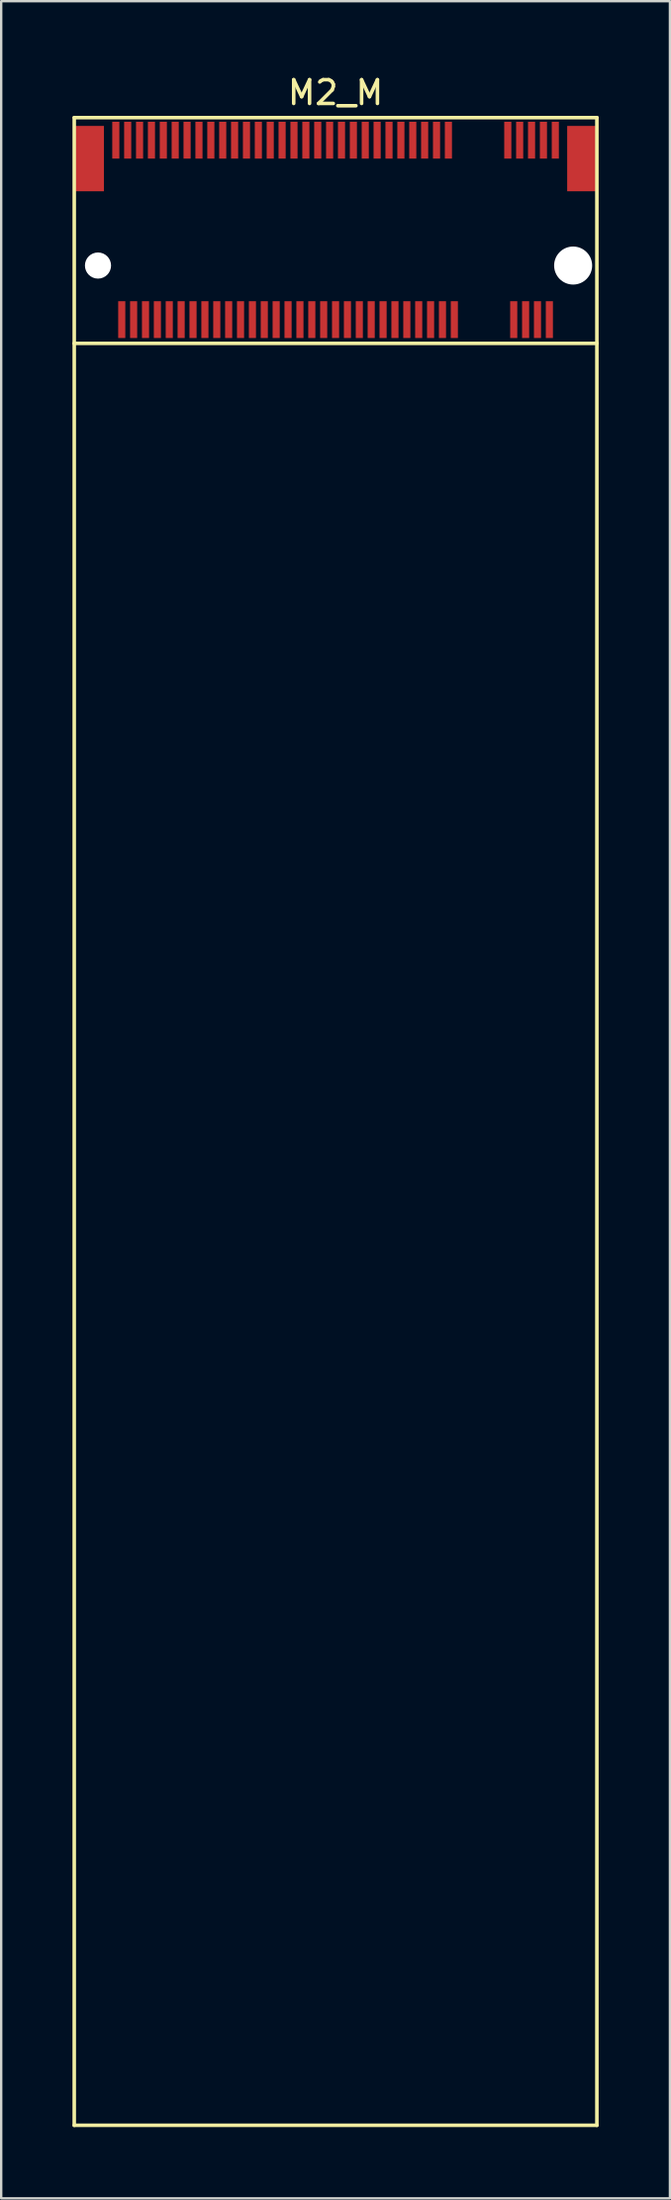
<source format=kicad_pcb>
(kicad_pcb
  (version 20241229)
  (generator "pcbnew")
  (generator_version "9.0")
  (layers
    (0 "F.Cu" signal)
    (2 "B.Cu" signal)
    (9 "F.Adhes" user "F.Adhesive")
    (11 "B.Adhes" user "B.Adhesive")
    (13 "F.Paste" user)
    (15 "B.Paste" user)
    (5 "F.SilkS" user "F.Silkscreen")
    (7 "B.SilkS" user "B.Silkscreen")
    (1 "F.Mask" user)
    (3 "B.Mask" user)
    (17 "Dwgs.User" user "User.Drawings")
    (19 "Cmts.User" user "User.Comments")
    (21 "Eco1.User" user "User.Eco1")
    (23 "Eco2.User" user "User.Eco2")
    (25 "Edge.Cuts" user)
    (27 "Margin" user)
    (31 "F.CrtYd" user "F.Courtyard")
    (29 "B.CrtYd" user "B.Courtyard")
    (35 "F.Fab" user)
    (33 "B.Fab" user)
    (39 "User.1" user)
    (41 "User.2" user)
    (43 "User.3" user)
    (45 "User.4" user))
  (footprint "M2_M"
    (layer "F.Cu")
    (at 11.075 2.848)
    (property "Reference" "M2_M" (at 0 -2 0) (layer "F.SilkS") (effects (font (size 1 1) (thickness 0.15))))
    (attr through_hole)
    (fp_line (start -11 -0.95) (end 11 -0.95) (stroke (width 0.15) (type solid)) (layer "F.SilkS"))
    (fp_line (start -11 8.55) (end -11 -0.95) (stroke (width 0.15) (type solid)) (layer "F.SilkS"))
    (fp_line (start -11 83.525) (end -11 8.55) (stroke (width 0.15) (type solid)) (layer "F.SilkS"))
    (fp_line (start 11 -0.95) (end 11 8.55) (stroke (width 0.15) (type solid)) (layer "F.SilkS"))
    (fp_line (start 11 8.55) (end -11 8.55) (stroke (width 0.15) (type solid)) (layer "F.SilkS"))
    (fp_line (start 11 83.525) (end -11 83.525) (stroke (width 0.15) (type solid)) (layer "F.SilkS"))
    (fp_line (start 11 83.525) (end 11 8.55) (stroke (width 0.15) (type solid)) (layer "F.SilkS"))
    (pad "" smd rect (at -10.35 0.775) (size 1.2 2.75) (layers "F.Cu" "F.Mask" "F.Paste"))
    (pad "" np_thru_hole circle (at -10 5.275) (size 1.1 1.1) (drill 1.1) (layers "*.Cu" "*.Mask"))
    (pad "" np_thru_hole circle (at 10 5.275) (size 1.6 1.6) (drill 1.6) (layers "*.Cu" "*.Mask"))
    (pad "" smd rect (at 10.35 0.775) (size 1.2 2.75) (layers "F.Cu" "F.Mask" "F.Paste"))
    (pad "1" smd rect (at -9.25 0) (size 0.3 1.55) (layers "F.Cu" "F.Mask" "F.Paste"))
    (pad "2" smd rect (at -9 7.55) (size 0.3 1.55) (layers "F.Cu" "F.Mask" "F.Paste"))
    (pad "3" smd rect (at -8.75 0) (size 0.3 1.55) (layers "F.Cu" "F.Mask" "F.Paste"))
    (pad "4" smd rect (at -8.5 7.55) (size 0.3 1.55) (layers "F.Cu" "F.Mask" "F.Paste"))
    (pad "5" smd rect (at -8.25 0) (size 0.3 1.55) (layers "F.Cu" "F.Mask" "F.Paste"))
    (pad "6" smd rect (at -8 7.55) (size 0.3 1.55) (layers "F.Cu" "F.Mask" "F.Paste"))
    (pad "7" smd rect (at -7.75 0) (size 0.3 1.55) (layers "F.Cu" "F.Mask" "F.Paste"))
    (pad "8" smd rect (at -7.5 7.55) (size 0.3 1.55) (layers "F.Cu" "F.Mask" "F.Paste"))
    (pad "9" smd rect (at -7.25 0) (size 0.3 1.55) (layers "F.Cu" "F.Mask" "F.Paste"))
    (pad "10" smd rect (at -7 7.55) (size 0.3 1.55) (layers "F.Cu" "F.Mask" "F.Paste"))
    (pad "11" smd rect (at -6.75 0) (size 0.3 1.55) (layers "F.Cu" "F.Mask" "F.Paste"))
    (pad "12" smd rect (at -6.5 7.55) (size 0.3 1.55) (layers "F.Cu" "F.Mask" "F.Paste"))
    (pad "13" smd rect (at -6.25 0) (size 0.3 1.55) (layers "F.Cu" "F.Mask" "F.Paste"))
    (pad "14" smd rect (at -6 7.55) (size 0.3 1.55) (layers "F.Cu" "F.Mask" "F.Paste"))
    (pad "15" smd rect (at -5.75 0) (size 0.3 1.55) (layers "F.Cu" "F.Mask" "F.Paste"))
    (pad "16" smd rect (at -5.5 7.55) (size 0.3 1.55) (layers "F.Cu" "F.Mask" "F.Paste"))
    (pad "17" smd rect (at -5.25 0) (size 0.3 1.55) (layers "F.Cu" "F.Mask" "F.Paste"))
    (pad "18" smd rect (at -5 7.55) (size 0.3 1.55) (layers "F.Cu" "F.Mask" "F.Paste"))
    (pad "19" smd rect (at -4.75 0) (size 0.3 1.55) (layers "F.Cu" "F.Mask" "F.Paste"))
    (pad "20" smd rect (at -4.5 7.55) (size 0.3 1.55) (layers "F.Cu" "F.Mask" "F.Paste"))
    (pad "21" smd rect (at -4.25 0) (size 0.3 1.55) (layers "F.Cu" "F.Mask" "F.Paste"))
    (pad "22" smd rect (at -4 7.55) (size 0.3 1.55) (layers "F.Cu" "F.Mask" "F.Paste"))
    (pad "23" smd rect (at -3.75 0) (size 0.3 1.55) (layers "F.Cu" "F.Mask" "F.Paste"))
    (pad "24" smd rect (at -3.5 7.55) (size 0.3 1.55) (layers "F.Cu" "F.Mask" "F.Paste"))
    (pad "25" smd rect (at -3.25 0) (size 0.3 1.55) (layers "F.Cu" "F.Mask" "F.Paste"))
    (pad "26" smd rect (at -3 7.55) (size 0.3 1.55) (layers "F.Cu" "F.Mask" "F.Paste"))
    (pad "27" smd rect (at -2.75 0) (size 0.3 1.55) (layers "F.Cu" "F.Mask" "F.Paste"))
    (pad "28" smd rect (at -2.5 7.55) (size 0.3 1.55) (layers "F.Cu" "F.Mask" "F.Paste"))
    (pad "29" smd rect (at -2.25 0) (size 0.3 1.55) (layers "F.Cu" "F.Mask" "F.Paste"))
    (pad "30" smd rect (at -2 7.55) (size 0.3 1.55) (layers "F.Cu" "F.Mask" "F.Paste"))
    (pad "31" smd rect (at -1.75 0) (size 0.3 1.55) (layers "F.Cu" "F.Mask" "F.Paste"))
    (pad "32" smd rect (at -1.5 7.55) (size 0.3 1.55) (layers "F.Cu" "F.Mask" "F.Paste"))
    (pad "33" smd rect (at -1.25 0) (size 0.3 1.55) (layers "F.Cu" "F.Mask" "F.Paste"))
    (pad "34" smd rect (at -1 7.55) (size 0.3 1.55) (layers "F.Cu" "F.Mask" "F.Paste"))
    (pad "35" smd rect (at -0.75 0) (size 0.3 1.55) (layers "F.Cu" "F.Mask" "F.Paste"))
    (pad "36" smd rect (at -0.5 7.55) (size 0.3 1.55) (layers "F.Cu" "F.Mask" "F.Paste"))
    (pad "37" smd rect (at -0.25 0) (size 0.3 1.55) (layers "F.Cu" "F.Mask" "F.Paste"))
    (pad "38" smd rect (at 0 7.55) (size 0.3 1.55) (layers "F.Cu" "F.Mask" "F.Paste"))
    (pad "39" smd rect (at 0.25 0) (size 0.3 1.55) (layers "F.Cu" "F.Mask" "F.Paste"))
    (pad "40" smd rect (at 0.5 7.55) (size 0.3 1.55) (layers "F.Cu" "F.Mask" "F.Paste"))
    (pad "41" smd rect (at 0.75 0) (size 0.3 1.55) (layers "F.Cu" "F.Mask" "F.Paste"))
    (pad "42" smd rect (at 1 7.55) (size 0.3 1.55) (layers "F.Cu" "F.Mask" "F.Paste"))
    (pad "43" smd rect (at 1.25 0) (size 0.3 1.55) (layers "F.Cu" "F.Mask" "F.Paste"))
    (pad "44" smd rect (at 1.5 7.55) (size 0.3 1.55) (layers "F.Cu" "F.Mask" "F.Paste"))
    (pad "45" smd rect (at 1.75 0) (size 0.3 1.55) (layers "F.Cu" "F.Mask" "F.Paste"))
    (pad "46" smd rect (at 2 7.55) (size 0.3 1.55) (layers "F.Cu" "F.Mask" "F.Paste"))
    (pad "47" smd rect (at 2.25 0) (size 0.3 1.55) (layers "F.Cu" "F.Mask" "F.Paste"))
    (pad "48" smd rect (at 2.5 7.55) (size 0.3 1.55) (layers "F.Cu" "F.Mask" "F.Paste"))
    (pad "49" smd rect (at 2.75 0) (size 0.3 1.55) (layers "F.Cu" "F.Mask" "F.Paste"))
    (pad "50" smd rect (at 3 7.55) (size 0.3 1.55) (layers "F.Cu" "F.Mask" "F.Paste"))
    (pad "51" smd rect (at 3.25 0) (size 0.3 1.55) (layers "F.Cu" "F.Mask" "F.Paste"))
    (pad "52" smd rect (at 3.5 7.55) (size 0.3 1.55) (layers "F.Cu" "F.Mask" "F.Paste"))
    (pad "53" smd rect (at 3.75 0) (size 0.3 1.55) (layers "F.Cu" "F.Mask" "F.Paste"))
    (pad "54" smd rect (at 4 7.55) (size 0.3 1.55) (layers "F.Cu" "F.Mask" "F.Paste"))
    (pad "55" smd rect (at 4.25 0) (size 0.3 1.55) (layers "F.Cu" "F.Mask" "F.Paste"))
    (pad "56" smd rect (at 4.5 7.55) (size 0.3 1.55) (layers "F.Cu" "F.Mask" "F.Paste"))
    (pad "57" smd rect (at 4.75 0) (size 0.3 1.55) (layers "F.Cu" "F.Mask" "F.Paste"))
    (pad "58" smd rect (at 5 7.55) (size 0.3 1.55) (layers "F.Cu" "F.Mask" "F.Paste"))
    (pad "67" smd rect (at 7.25 0) (size 0.3 1.55) (layers "F.Cu" "F.Mask" "F.Paste"))
    (pad "68" smd rect (at 7.5 7.55) (size 0.3 1.55) (layers "F.Cu" "F.Mask" "F.Paste"))
    (pad "69" smd rect (at 7.75 0) (size 0.3 1.55) (layers "F.Cu" "F.Mask" "F.Paste"))
    (pad "70" smd rect (at 8 7.55) (size 0.3 1.55) (layers "F.Cu" "F.Mask" "F.Paste"))
    (pad "71" smd rect (at 8.25 0) (size 0.3 1.55) (layers "F.Cu" "F.Mask" "F.Paste"))
    (pad "72" smd rect (at 8.5 7.55) (size 0.3 1.55) (layers "F.Cu" "F.Mask" "F.Paste"))
    (pad "73" smd rect (at 8.75 0) (size 0.3 1.55) (layers "F.Cu" "F.Mask" "F.Paste"))
    (pad "74" smd rect (at 9 7.55) (size 0.3 1.55) (layers "F.Cu" "F.Mask" "F.Paste"))
    (pad "75" smd rect (at 9.25 0) (size 0.3 1.55) (layers "F.Cu" "F.Mask" "F.Paste")))
  (gr_rect
    (start -3 -3)
    (end 25.15 89.448)
    (stroke (width 0.1) (type default))
    (fill no)
    (layer "Edge.Cuts")))
</source>
